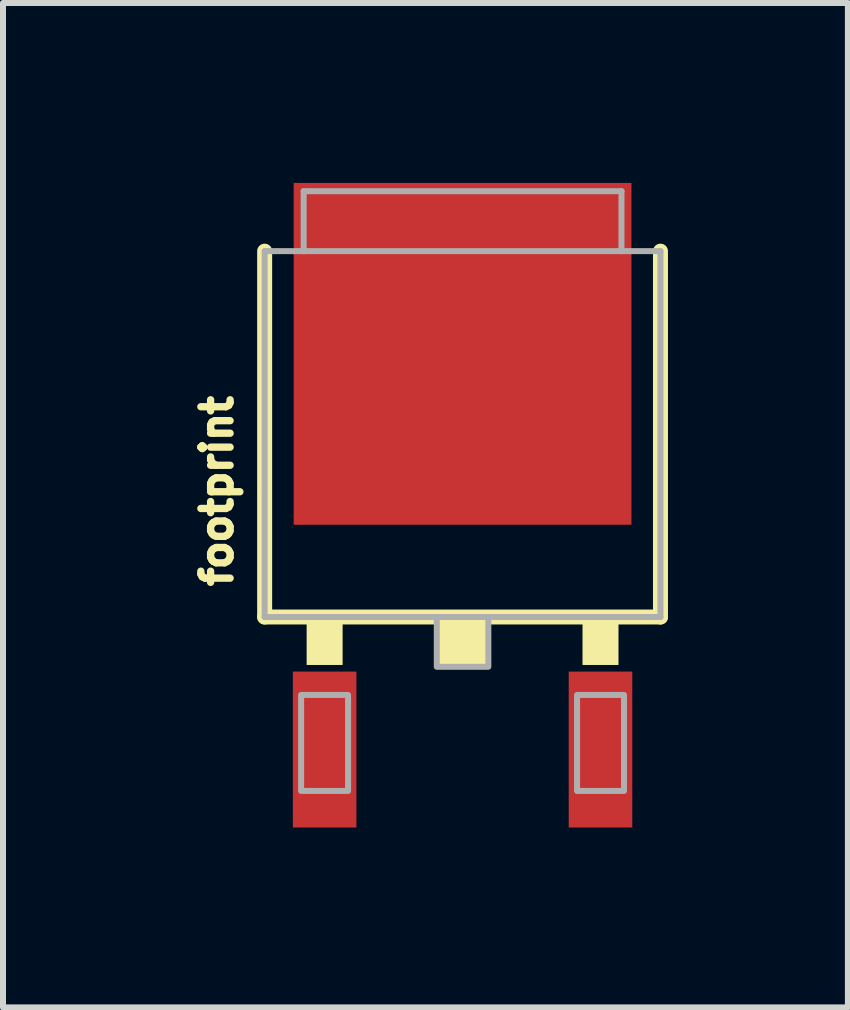
<source format=kicad_pcb>
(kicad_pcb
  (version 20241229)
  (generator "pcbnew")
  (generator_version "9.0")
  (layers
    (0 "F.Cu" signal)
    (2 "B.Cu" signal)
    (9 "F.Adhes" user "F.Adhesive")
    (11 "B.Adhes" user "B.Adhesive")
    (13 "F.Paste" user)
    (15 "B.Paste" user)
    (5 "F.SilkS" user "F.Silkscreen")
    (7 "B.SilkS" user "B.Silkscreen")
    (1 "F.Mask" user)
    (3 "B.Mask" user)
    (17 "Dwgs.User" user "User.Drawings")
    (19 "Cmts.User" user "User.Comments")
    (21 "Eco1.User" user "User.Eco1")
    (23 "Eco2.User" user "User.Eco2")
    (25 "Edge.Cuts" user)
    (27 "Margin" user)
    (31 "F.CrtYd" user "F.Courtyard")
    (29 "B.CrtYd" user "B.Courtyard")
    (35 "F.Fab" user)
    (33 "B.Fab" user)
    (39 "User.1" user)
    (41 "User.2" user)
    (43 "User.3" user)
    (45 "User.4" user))
  (footprint "footprint"
    (layer "F.Cu")
    (at 4.663 5.138)
    (property "Reference" "footprint" (at -3.81 0 90) (layer "F.SilkS") (effects (font (size 0.488 0.488) (thickness 0.122)) (justify bottom)))
    (fp_line (start -3.3 -4) (end -3.3 2.1) (stroke (width 0.25) (type solid)) (layer "F.SilkS"))
    (fp_line (start -3.3 2.1) (end 3.3 2.1) (stroke (width 0.25) (type solid)) (layer "F.SilkS"))
    (fp_line (start 3.3 2.1) (end 3.3 -4) (stroke (width 0.25) (type solid)) (layer "F.SilkS"))
    (fp_poly (pts (xy -2.6 2.9) (xy -2 2.9) (xy -2 2.2) (xy -2.6 2.2)) (stroke (width 0) (type solid)) (fill yes) (layer "F.SilkS"))
    (fp_poly (pts (xy -0.4 2.9) (xy 0.4 2.9) (xy 0.4 2.2) (xy -0.4 2.2)) (stroke (width 0) (type solid)) (fill yes) (layer "F.SilkS"))
    (fp_poly (pts (xy 2 2.9) (xy 2.6 2.9) (xy 2.6 2.1) (xy 2 2.1)) (stroke (width 0) (type solid)) (fill yes) (layer "F.SilkS"))
    (fp_poly (pts (xy -0.2 -5) (xy -2.7 -5) (xy -2.7 -2.4) (xy -0.2 -2.4)) (stroke (width 0) (type solid)) (fill yes) (layer "F.Paste"))
    (fp_poly (pts (xy -0.2 -2.1) (xy -2.7 -2.1) (xy -2.7 0.5) (xy -0.2 0.5)) (stroke (width 0) (type solid)) (fill yes) (layer "F.Paste"))
    (fp_poly (pts (xy 0.2 -2.4) (xy 2.7 -2.4) (xy 2.7 -5) (xy 0.2 -5)) (stroke (width 0) (type solid)) (fill yes) (layer "F.Paste"))
    (fp_poly (pts (xy 0.2 0.5) (xy 2.7 0.5) (xy 2.7 -2.1) (xy 0.2 -2.1)) (stroke (width 0) (type solid)) (fill yes) (layer "F.Paste"))
    (fp_line (start -3.3 -4) (end -2.65 -4) (stroke (width 0.1) (type solid)) (layer "F.Fab"))
    (fp_line (start -3.3 2.1) (end -3.3 -4) (stroke (width 0.1) (type solid)) (layer "F.Fab"))
    (fp_line (start -2.65 -5) (end 2.65 -5) (stroke (width 0.1) (type solid)) (layer "F.Fab"))
    (fp_line (start -2.65 -4) (end -2.65 -5) (stroke (width 0.1) (type solid)) (layer "F.Fab"))
    (fp_line (start -2.65 -4) (end 2.65 -4) (stroke (width 0.1) (type solid)) (layer "F.Fab"))
    (fp_line (start 2.65 -5) (end 2.65 -4) (stroke (width 0.1) (type solid)) (layer "F.Fab"))
    (fp_line (start 2.65 -4) (end 3.3 -4) (stroke (width 0.1) (type solid)) (layer "F.Fab"))
    (fp_line (start 3.3 -4) (end 3.3 2.1) (stroke (width 0.1) (type solid)) (layer "F.Fab"))
    (fp_line (start 3.3 2.1) (end -3.3 2.1) (stroke (width 0.1) (type solid)) (layer "F.Fab"))
    (fp_poly (pts (xy -2.692 5) (xy -1.909 5) (xy -1.909 3.4) (xy -2.692 3.4)) (stroke (width 0.1) (type solid)) (fill no) (layer "F.Fab"))
    (fp_poly (pts (xy -0.43 2.93) (xy 0.43 2.93) (xy 0.43 2.1) (xy -0.43 2.1)) (stroke (width 0.1) (type solid)) (fill no) (layer "F.Fab"))
    (fp_poly (pts (xy 1.909 5) (xy 2.692 5) (xy 2.692 3.4) (xy 1.909 3.4)) (stroke (width 0.1) (type solid)) (fill no) (layer "F.Fab"))
    (pad "1" smd rect (at -2.3 4.31) (size 1.06 2.6) (layers "F.Cu" "F.Mask" "F.Paste"))
    (pad "2" smd rect (at 0 -2.288) (size 5.632 5.7) (layers "F.Cu" "F.Mask"))
    (pad "3" smd rect (at 2.3 4.31) (size 1.06 2.6) (layers "F.Cu" "F.Mask" "F.Paste")))
  (gr_rect
    (start -3 -3)
    (end 11.088 13.748)
    (stroke (width 0.1) (type default))
    (fill no)
    (layer "Edge.Cuts")))
</source>
